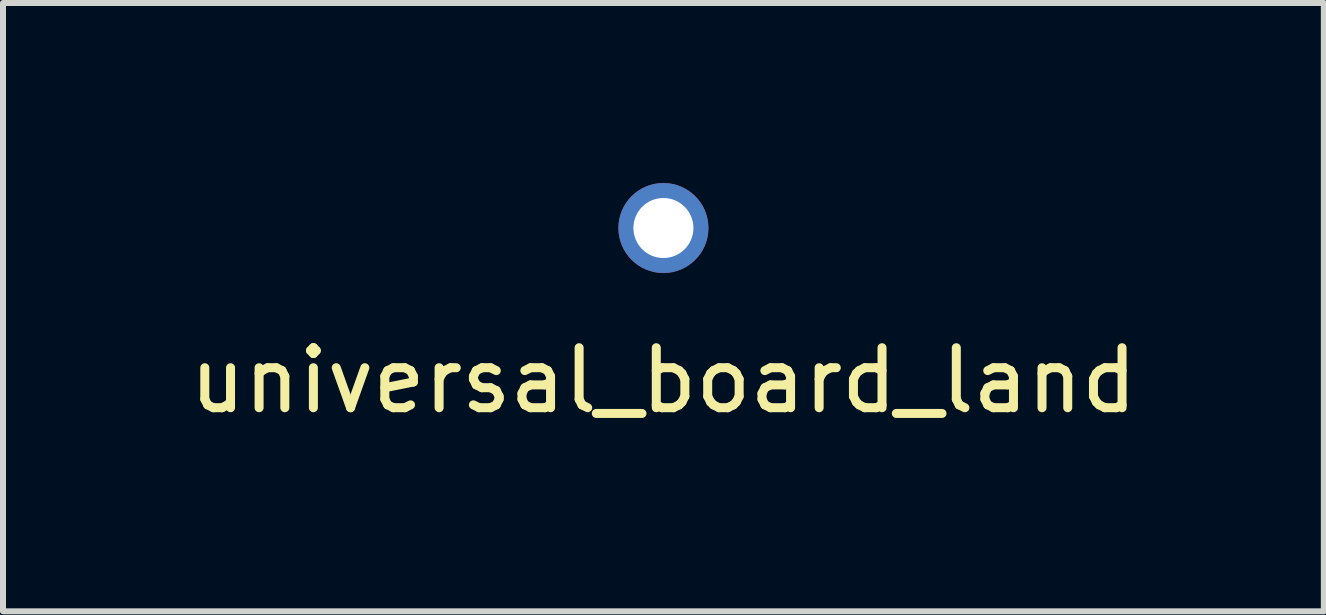
<source format=kicad_pcb>
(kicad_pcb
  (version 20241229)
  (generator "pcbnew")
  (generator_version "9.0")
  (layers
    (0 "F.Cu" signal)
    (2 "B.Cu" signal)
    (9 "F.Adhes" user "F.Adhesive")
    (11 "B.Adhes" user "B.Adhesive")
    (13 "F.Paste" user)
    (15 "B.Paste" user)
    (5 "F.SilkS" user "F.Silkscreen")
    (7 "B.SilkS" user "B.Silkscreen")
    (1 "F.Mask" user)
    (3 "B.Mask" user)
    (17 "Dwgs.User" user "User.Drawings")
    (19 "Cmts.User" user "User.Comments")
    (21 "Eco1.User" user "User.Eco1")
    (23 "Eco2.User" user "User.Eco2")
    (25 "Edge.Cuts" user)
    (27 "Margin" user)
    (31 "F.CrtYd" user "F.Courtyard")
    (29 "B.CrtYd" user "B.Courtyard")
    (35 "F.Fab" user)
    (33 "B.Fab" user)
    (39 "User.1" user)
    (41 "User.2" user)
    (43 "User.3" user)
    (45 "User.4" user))
  (footprint "universal_board_land"
    (layer "F.Cu")
    (at 8.006 0.75)
    (property "Reference" "universal_board_land" (at 0 2.54 0) (layer "F.SilkS") (effects (font (size 1 1) (thickness 0.15))))
    (attr through_hole)
    (pad "1" thru_hole circle (at 0 0) (size 1.5 1.5) (drill 1) (layers "*.Cu" "*.Mask")))
  (gr_rect
    (start -3 -3)
    (end 19.012 7.138)
    (stroke (width 0.1) (type default))
    (fill no)
    (layer "Edge.Cuts")))
</source>
